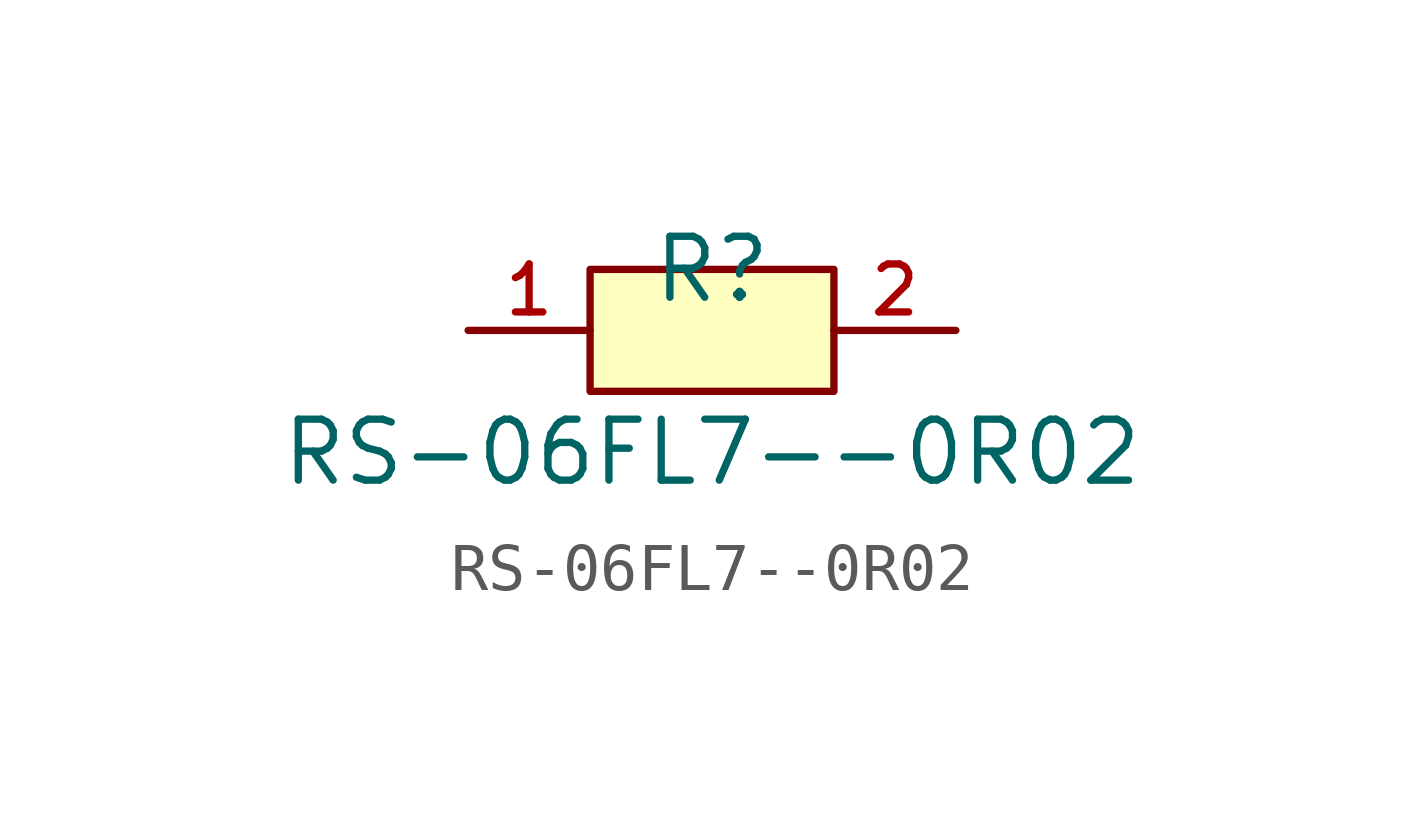
<source format=kicad_sym>
(kicad_symbol_lib
  (version 20210201)
  (generator TousstNicolas/JLC2KiCad_lib)
  (symbol "RS-06FL7--0R02"
    (pin_names hide)
    (property "Reference" "R"
      (at 0 1.27 0)
      (effects (font (size 1.27 1.27))))
    (property "Value" "RS-06FL7--0R02"
      (at 0 -2.54 0)
      (effects (font (size 1.27 1.27))))
    (symbol "RS-06FL7--0R02_0_1"
      (rectangle (start -2.54 1.27) (end 2.54 -1.27) (stroke (width 0) (type default) (color 0 0 0 0)) (fill (type background)))
      (pin unspecified line (at 5.08 -0.0 180) (length 2.54) (name "2" (effects (font (size 1 1)))) (number "2" (effects (font (size 1 1)))))
      (pin unspecified line (at -5.08 -0.0 0) (length 2.54) (name "1" (effects (font (size 1 1)))) (number "1" (effects (font (size 1 1))))))))
</source>
